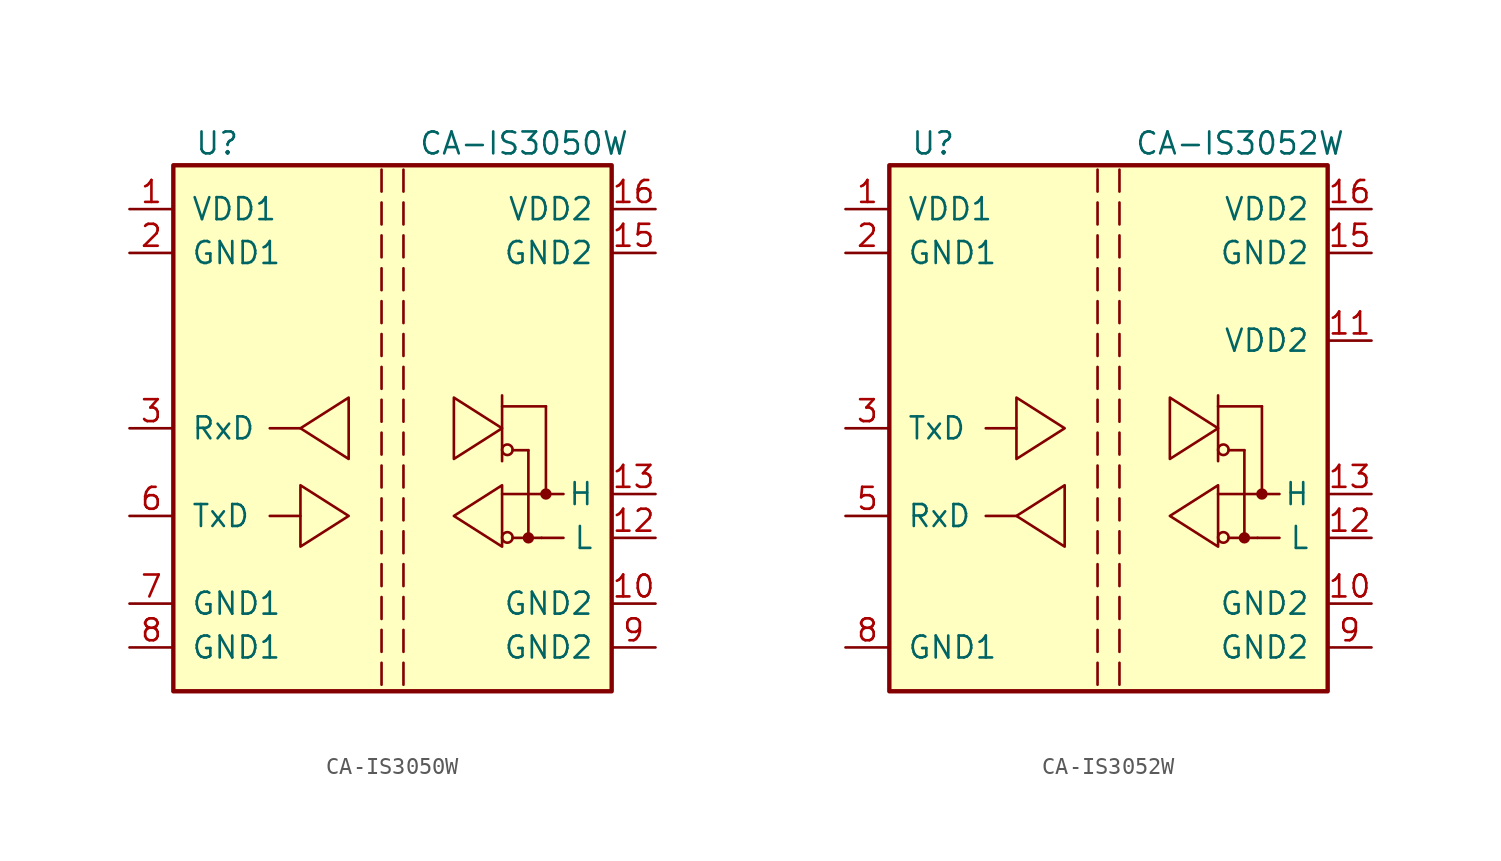
<source format=kicad_sym>
(kicad_symbol_lib
  (version 20231120)
  (generator "kicad_symbol_editor")
  (generator_version "8.0")
  (symbol "CA-IS3050W"
    (pin_names
      (offset 1.016))
    (property "Reference" "U"
      (at -10.16 16.51 0)
      (effects (font (size 1.27 1.27))))
    (property "Value" "CA-IS3050W"
      (at 7.62 16.51 0)
      (effects (font (size 1.27 1.27))))
    (symbol "CA-IS3050W_0_0"
      (polyline (pts (xy -0.635 -13.589) (xy -0.635 -14.859)) (stroke (width 0) (type default)) (fill (type none)))
      (polyline (pts (xy -0.635 -11.684) (xy -0.635 -12.954)) (stroke (width 0) (type default)) (fill (type none)))
      (polyline (pts (xy -0.635 -9.779) (xy -0.635 -11.049)) (stroke (width 0) (type default)) (fill (type none)))
      (polyline (pts (xy -0.635 -7.874) (xy -0.635 -9.144)) (stroke (width 0) (type default)) (fill (type none)))
      (polyline (pts (xy -0.635 -5.969) (xy -0.635 -7.239)) (stroke (width 0) (type default)) (fill (type none)))
      (polyline (pts (xy -0.635 -4.064) (xy -0.635 -5.334)) (stroke (width 0) (type default)) (fill (type none)))
      (polyline (pts (xy -0.635 -2.159) (xy -0.635 -3.429)) (stroke (width 0) (type default)) (fill (type none)))
      (polyline (pts (xy -0.635 -0.254) (xy -0.635 -1.524)) (stroke (width 0) (type default)) (fill (type none)))
      (polyline (pts (xy -0.635 1.651) (xy -0.635 0.381)) (stroke (width 0) (type default)) (fill (type none)))
      (polyline (pts (xy -0.635 3.556) (xy -0.635 2.286)) (stroke (width 0) (type default)) (fill (type none)))
      (polyline (pts (xy -0.635 5.461) (xy -0.635 4.191)) (stroke (width 0) (type default)) (fill (type none)))
      (polyline (pts (xy -0.635 7.366) (xy -0.635 6.096)) (stroke (width 0) (type default)) (fill (type none)))
      (polyline (pts (xy -0.635 9.271) (xy -0.635 8.001)) (stroke (width 0) (type default)) (fill (type none)))
      (polyline (pts (xy -0.635 11.176) (xy -0.635 9.906)) (stroke (width 0) (type default)) (fill (type none)))
      (polyline (pts (xy -0.635 13.081) (xy -0.635 11.811)) (stroke (width 0) (type default)) (fill (type none)))
      (polyline (pts (xy -0.635 14.986) (xy -0.635 13.716)) (stroke (width 0) (type default)) (fill (type none)))
      (polyline (pts (xy 0.635 -13.589) (xy 0.635 -14.859)) (stroke (width 0) (type default)) (fill (type none)))
      (polyline (pts (xy 0.635 -11.684) (xy 0.635 -12.954)) (stroke (width 0) (type default)) (fill (type none)))
      (polyline (pts (xy 0.635 -9.779) (xy 0.635 -11.049)) (stroke (width 0) (type default)) (fill (type none)))
      (polyline (pts (xy 0.635 -7.874) (xy 0.635 -9.144)) (stroke (width 0) (type default)) (fill (type none)))
      (polyline (pts (xy 0.635 -5.969) (xy 0.635 -7.239)) (stroke (width 0) (type default)) (fill (type none)))
      (polyline (pts (xy 0.635 -4.064) (xy 0.635 -5.334)) (stroke (width 0) (type default)) (fill (type none)))
      (polyline (pts (xy 0.635 -2.159) (xy 0.635 -3.429)) (stroke (width 0) (type default)) (fill (type none)))
      (polyline (pts (xy 0.635 -0.254) (xy 0.635 -1.524)) (stroke (width 0) (type default)) (fill (type none)))
      (polyline (pts (xy 0.635 1.651) (xy 0.635 0.381)) (stroke (width 0) (type default)) (fill (type none)))
      (polyline (pts (xy 0.635 3.556) (xy 0.635 2.286)) (stroke (width 0) (type default)) (fill (type none)))
      (polyline (pts (xy 0.635 5.461) (xy 0.635 4.191)) (stroke (width 0) (type default)) (fill (type none)))
      (polyline (pts (xy 0.635 7.366) (xy 0.635 6.096)) (stroke (width 0) (type default)) (fill (type none)))
      (polyline (pts (xy 0.635 9.271) (xy 0.635 8.001)) (stroke (width 0) (type default)) (fill (type none)))
      (polyline (pts (xy 0.635 11.176) (xy 0.635 9.906)) (stroke (width 0) (type default)) (fill (type none)))
      (polyline (pts (xy 0.635 13.081) (xy 0.635 11.811)) (stroke (width 0) (type default)) (fill (type none)))
      (polyline (pts (xy 0.635 14.986) (xy 0.635 13.716)) (stroke (width 0) (type default)) (fill (type none))))
    (symbol "CA-IS3050W_0_1"
      (rectangle (start -12.7 15.24) (end 12.7 -15.24) (stroke (width 0.254) (type default)) (fill (type background)))
      (polyline (pts (xy -5.334 -5.08) (xy -7.112 -5.08)) (stroke (width 0) (type default)) (fill (type none)))
      (polyline (pts (xy -5.334 0) (xy -7.112 0)) (stroke (width 0) (type default)) (fill (type none)))
      (polyline (pts (xy 6.35 -3.81) (xy 8.636 -3.81)) (stroke (width 0) (type default)) (fill (type none)))
      (polyline (pts (xy 6.35 1.27) (xy 8.89 1.27)) (stroke (width 0) (type default)) (fill (type none)))
      (polyline (pts (xy 6.35 1.905) (xy 6.35 -1.905)) (stroke (width 0) (type default)) (fill (type none)))
      (polyline (pts (xy 6.96 -6.35) (xy 8.636 -6.35)) (stroke (width 0) (type default)) (fill (type none)))
      (polyline (pts (xy 6.96 -1.27) (xy 7.874 -1.27)) (stroke (width 0) (type default)) (fill (type none)))
      (polyline (pts (xy 7.874 -1.27) (xy 7.874 -6.35)) (stroke (width 0) (type default)) (fill (type none)))
      (polyline (pts (xy 8.636 -6.35) (xy 9.906 -6.35)) (stroke (width 0) (type default)) (fill (type none)))
      (polyline (pts (xy 8.636 -3.81) (xy 9.906 -3.81)) (stroke (width 0) (type default)) (fill (type none)))
      (polyline (pts (xy 8.89 1.27) (xy 8.89 -3.81)) (stroke (width 0) (type default)) (fill (type none)))
      (polyline (pts (xy -5.334 0) (xy -2.54 -1.778) (xy -2.54 1.778) (xy -5.334 0)) (stroke (width 0) (type default)) (fill (type none)))
      (polyline (pts (xy -2.54 -5.08) (xy -5.334 -6.858) (xy -5.334 -3.302) (xy -2.54 -5.08)) (stroke (width 0) (type default)) (fill (type none)))
      (polyline (pts (xy 3.556 -5.08) (xy 6.35 -3.302) (xy 6.35 -6.858) (xy 3.556 -5.08)) (stroke (width 0) (type default)) (fill (type none)))
      (polyline (pts (xy 6.35 0) (xy 3.556 1.778) (xy 3.556 -1.778) (xy 6.35 0)) (stroke (width 0) (type default)) (fill (type none)))
      (circle (center 6.655 -6.325) (radius 0.305) (stroke (width 0) (type default)) (fill (type none)))
      (circle (center 6.655 -1.245) (radius 0.305) (stroke (width 0) (type default)) (fill (type none)))
      (circle (center 8.89 -3.81) (radius 0.178) (stroke (width 0.305) (type default)) (fill (type none))))
    (symbol "CA-IS3050W_1_1"
      (circle (center 7.874 -6.35) (radius 0.178) (stroke (width 0.305) (type default)) (fill (type none)))
      (pin power_in line (at -15.24 12.7 0) (length 2.54) (name "VDD1" (effects (font (size 1.27 1.27)))) (number "1" (effects (font (size 1.27 1.27)))))
      (pin power_in line (at 15.24 -10.16 180) (length 2.54) (name "GND2" (effects (font (size 1.27 1.27)))) (number "10" (effects (font (size 1.27 1.27)))))
      (pin no_connect line (at 15.24 5.08 180) (length 2.54) hide (name "NC" (effects (font (size 1.27 1.27)))) (number "11" (effects (font (size 1.27 1.27)))))
      (pin bidirectional line (at 15.24 -6.35 180) (length 2.54) (name "L" (effects (font (size 1.27 1.27)))) (number "12" (effects (font (size 1.27 1.27)))))
      (pin bidirectional line (at 15.24 -3.81 180) (length 2.54) (name "H" (effects (font (size 1.27 1.27)))) (number "13" (effects (font (size 1.27 1.27)))))
      (pin no_connect line (at 15.24 0 180) (length 2.54) hide (name "NC" (effects (font (size 1.27 1.27)))) (number "14" (effects (font (size 1.27 1.27)))))
      (pin power_in line (at 15.24 10.16 180) (length 2.54) (name "GND2" (effects (font (size 1.27 1.27)))) (number "15" (effects (font (size 1.27 1.27)))))
      (pin power_in line (at 15.24 12.7 180) (length 2.54) (name "VDD2" (effects (font (size 1.27 1.27)))) (number "16" (effects (font (size 1.27 1.27)))))
      (pin power_in line (at -15.24 10.16 0) (length 2.54) (name "GND1" (effects (font (size 1.27 1.27)))) (number "2" (effects (font (size 1.27 1.27)))))
      (pin input line (at -15.24 0 0) (length 2.54) (name "RxD" (effects (font (size 1.27 1.27)))) (number "3" (effects (font (size 1.27 1.27)))))
      (pin no_connect line (at -15.24 -7.62 0) (length 2.54) hide (name "NC" (effects (font (size 1.27 1.27)))) (number "4" (effects (font (size 1.27 1.27)))))
      (pin no_connect line (at -15.24 -2.54 0) (length 2.54) hide (name "NC" (effects (font (size 1.27 1.27)))) (number "5" (effects (font (size 1.27 1.27)))))
      (pin output line (at -15.24 -5.08 0) (length 2.54) (name "TxD" (effects (font (size 1.27 1.27)))) (number "6" (effects (font (size 1.27 1.27)))))
      (pin power_in line (at -15.24 -10.16 0) (length 2.54) (name "GND1" (effects (font (size 1.27 1.27)))) (number "7" (effects (font (size 1.27 1.27)))))
      (pin power_in line (at -15.24 -12.7 0) (length 2.54) (name "GND1" (effects (font (size 1.27 1.27)))) (number "8" (effects (font (size 1.27 1.27)))))
      (pin power_in line (at 15.24 -12.7 180) (length 2.54) (name "GND2" (effects (font (size 1.27 1.27)))) (number "9" (effects (font (size 1.27 1.27)))))))
  (symbol "CA-IS3052W"
    (pin_names
      (offset 1.016))
    (property "Reference" "U"
      (at -10.16 16.51 0)
      (effects (font (size 1.27 1.27))))
    (property "Value" "CA-IS3052W"
      (at 7.62 16.51 0)
      (effects (font (size 1.27 1.27))))
    (symbol "CA-IS3052W_0_0"
      (polyline (pts (xy -0.635 -13.589) (xy -0.635 -14.859)) (stroke (width 0) (type default)) (fill (type none)))
      (polyline (pts (xy -0.635 -11.684) (xy -0.635 -12.954)) (stroke (width 0) (type default)) (fill (type none)))
      (polyline (pts (xy -0.635 -9.779) (xy -0.635 -11.049)) (stroke (width 0) (type default)) (fill (type none)))
      (polyline (pts (xy -0.635 -7.874) (xy -0.635 -9.144)) (stroke (width 0) (type default)) (fill (type none)))
      (polyline (pts (xy -0.635 -5.969) (xy -0.635 -7.239)) (stroke (width 0) (type default)) (fill (type none)))
      (polyline (pts (xy -0.635 -4.064) (xy -0.635 -5.334)) (stroke (width 0) (type default)) (fill (type none)))
      (polyline (pts (xy -0.635 -2.159) (xy -0.635 -3.429)) (stroke (width 0) (type default)) (fill (type none)))
      (polyline (pts (xy -0.635 -0.254) (xy -0.635 -1.524)) (stroke (width 0) (type default)) (fill (type none)))
      (polyline (pts (xy -0.635 1.651) (xy -0.635 0.381)) (stroke (width 0) (type default)) (fill (type none)))
      (polyline (pts (xy -0.635 3.556) (xy -0.635 2.286)) (stroke (width 0) (type default)) (fill (type none)))
      (polyline (pts (xy -0.635 5.461) (xy -0.635 4.191)) (stroke (width 0) (type default)) (fill (type none)))
      (polyline (pts (xy -0.635 7.366) (xy -0.635 6.096)) (stroke (width 0) (type default)) (fill (type none)))
      (polyline (pts (xy -0.635 9.271) (xy -0.635 8.001)) (stroke (width 0) (type default)) (fill (type none)))
      (polyline (pts (xy -0.635 11.176) (xy -0.635 9.906)) (stroke (width 0) (type default)) (fill (type none)))
      (polyline (pts (xy -0.635 13.081) (xy -0.635 11.811)) (stroke (width 0) (type default)) (fill (type none)))
      (polyline (pts (xy -0.635 14.986) (xy -0.635 13.716)) (stroke (width 0) (type default)) (fill (type none)))
      (polyline (pts (xy 0.635 -13.589) (xy 0.635 -14.859)) (stroke (width 0) (type default)) (fill (type none)))
      (polyline (pts (xy 0.635 -11.684) (xy 0.635 -12.954)) (stroke (width 0) (type default)) (fill (type none)))
      (polyline (pts (xy 0.635 -9.779) (xy 0.635 -11.049)) (stroke (width 0) (type default)) (fill (type none)))
      (polyline (pts (xy 0.635 -7.874) (xy 0.635 -9.144)) (stroke (width 0) (type default)) (fill (type none)))
      (polyline (pts (xy 0.635 -5.969) (xy 0.635 -7.239)) (stroke (width 0) (type default)) (fill (type none)))
      (polyline (pts (xy 0.635 -4.064) (xy 0.635 -5.334)) (stroke (width 0) (type default)) (fill (type none)))
      (polyline (pts (xy 0.635 -2.159) (xy 0.635 -3.429)) (stroke (width 0) (type default)) (fill (type none)))
      (polyline (pts (xy 0.635 -0.254) (xy 0.635 -1.524)) (stroke (width 0) (type default)) (fill (type none)))
      (polyline (pts (xy 0.635 1.651) (xy 0.635 0.381)) (stroke (width 0) (type default)) (fill (type none)))
      (polyline (pts (xy 0.635 3.556) (xy 0.635 2.286)) (stroke (width 0) (type default)) (fill (type none)))
      (polyline (pts (xy 0.635 5.461) (xy 0.635 4.191)) (stroke (width 0) (type default)) (fill (type none)))
      (polyline (pts (xy 0.635 7.366) (xy 0.635 6.096)) (stroke (width 0) (type default)) (fill (type none)))
      (polyline (pts (xy 0.635 9.271) (xy 0.635 8.001)) (stroke (width 0) (type default)) (fill (type none)))
      (polyline (pts (xy 0.635 11.176) (xy 0.635 9.906)) (stroke (width 0) (type default)) (fill (type none)))
      (polyline (pts (xy 0.635 13.081) (xy 0.635 11.811)) (stroke (width 0) (type default)) (fill (type none)))
      (polyline (pts (xy 0.635 14.986) (xy 0.635 13.716)) (stroke (width 0) (type default)) (fill (type none))))
    (symbol "CA-IS3052W_0_1"
      (rectangle (start -12.7 15.24) (end 12.7 -15.24) (stroke (width 0.254) (type default)) (fill (type background)))
      (polyline (pts (xy -5.334 -5.08) (xy -7.112 -5.08)) (stroke (width 0) (type default)) (fill (type none)))
      (polyline (pts (xy -5.334 0) (xy -7.112 0)) (stroke (width 0) (type default)) (fill (type none)))
      (polyline (pts (xy 6.35 -3.81) (xy 8.636 -3.81)) (stroke (width 0) (type default)) (fill (type none)))
      (polyline (pts (xy 6.35 1.27) (xy 8.89 1.27)) (stroke (width 0) (type default)) (fill (type none)))
      (polyline (pts (xy 6.35 1.905) (xy 6.35 -1.905)) (stroke (width 0) (type default)) (fill (type none)))
      (polyline (pts (xy 6.96 -6.35) (xy 8.636 -6.35)) (stroke (width 0) (type default)) (fill (type none)))
      (polyline (pts (xy 6.96 -1.27) (xy 7.874 -1.27)) (stroke (width 0) (type default)) (fill (type none)))
      (polyline (pts (xy 7.874 -1.27) (xy 7.874 -6.35)) (stroke (width 0) (type default)) (fill (type none)))
      (polyline (pts (xy 8.636 -6.35) (xy 9.906 -6.35)) (stroke (width 0) (type default)) (fill (type none)))
      (polyline (pts (xy 8.636 -3.81) (xy 9.906 -3.81)) (stroke (width 0) (type default)) (fill (type none)))
      (polyline (pts (xy 8.89 1.27) (xy 8.89 -3.81)) (stroke (width 0) (type default)) (fill (type none)))
      (polyline (pts (xy -5.334 -5.08) (xy -2.54 -3.302) (xy -2.54 -6.858) (xy -5.334 -5.08)) (stroke (width 0) (type default)) (fill (type none)))
      (polyline (pts (xy -2.54 0) (xy -5.334 1.778) (xy -5.334 -1.778) (xy -2.54 0)) (stroke (width 0) (type default)) (fill (type none)))
      (polyline (pts (xy 3.556 -5.08) (xy 6.35 -3.302) (xy 6.35 -6.858) (xy 3.556 -5.08)) (stroke (width 0) (type default)) (fill (type none)))
      (polyline (pts (xy 6.35 0) (xy 3.556 1.778) (xy 3.556 -1.778) (xy 6.35 0)) (stroke (width 0) (type default)) (fill (type none)))
      (circle (center 6.655 -6.325) (radius 0.305) (stroke (width 0) (type default)) (fill (type none)))
      (circle (center 6.655 -1.245) (radius 0.305) (stroke (width 0) (type default)) (fill (type none)))
      (circle (center 8.89 -3.81) (radius 0.178) (stroke (width 0.305) (type default)) (fill (type none))))
    (symbol "CA-IS3052W_1_1"
      (circle (center 7.874 -6.35) (radius 0.178) (stroke (width 0.305) (type default)) (fill (type none)))
      (pin power_in line (at -15.24 12.7 0) (length 2.54) (name "VDD1" (effects (font (size 1.27 1.27)))) (number "1" (effects (font (size 1.27 1.27)))))
      (pin power_in line (at 15.24 -10.16 180) (length 2.54) (name "GND2" (effects (font (size 1.27 1.27)))) (number "10" (effects (font (size 1.27 1.27)))))
      (pin power_in line (at 15.24 5.08 180) (length 2.54) (name "VDD2" (effects (font (size 1.27 1.27)))) (number "11" (effects (font (size 1.27 1.27)))))
      (pin bidirectional line (at 15.24 -6.35 180) (length 2.54) (name "L" (effects (font (size 1.27 1.27)))) (number "12" (effects (font (size 1.27 1.27)))))
      (pin bidirectional line (at 15.24 -3.81 180) (length 2.54) (name "H" (effects (font (size 1.27 1.27)))) (number "13" (effects (font (size 1.27 1.27)))))
      (pin no_connect line (at 15.24 0 180) (length 2.54) hide (name "NC" (effects (font (size 1.27 1.27)))) (number "14" (effects (font (size 1.27 1.27)))))
      (pin power_in line (at 15.24 10.16 180) (length 2.54) (name "GND2" (effects (font (size 1.27 1.27)))) (number "15" (effects (font (size 1.27 1.27)))))
      (pin power_in line (at 15.24 12.7 180) (length 2.54) (name "VDD2" (effects (font (size 1.27 1.27)))) (number "16" (effects (font (size 1.27 1.27)))))
      (pin power_in line (at -15.24 10.16 0) (length 2.54) (name "GND1" (effects (font (size 1.27 1.27)))) (number "2" (effects (font (size 1.27 1.27)))))
      (pin input line (at -15.24 0 0) (length 2.54) (name "TxD" (effects (font (size 1.27 1.27)))) (number "3" (effects (font (size 1.27 1.27)))))
      (pin no_connect line (at -15.24 -7.62 0) (length 2.54) hide (name "NC" (effects (font (size 1.27 1.27)))) (number "4" (effects (font (size 1.27 1.27)))))
      (pin output line (at -15.24 -5.08 0) (length 2.54) (name "RxD" (effects (font (size 1.27 1.27)))) (number "5" (effects (font (size 1.27 1.27)))))
      (pin no_connect line (at -15.24 5.08 0) (length 2.54) hide (name "NC" (effects (font (size 1.27 1.27)))) (number "6" (effects (font (size 1.27 1.27)))))
      (pin no_connect line (at -15.24 -10.16 0) (length 2.54) hide (name "NC" (effects (font (size 1.27 1.27)))) (number "7" (effects (font (size 1.27 1.27)))))
      (pin power_in line (at -15.24 -12.7 0) (length 2.54) (name "GND1" (effects (font (size 1.27 1.27)))) (number "8" (effects (font (size 1.27 1.27)))))
      (pin power_in line (at 15.24 -12.7 180) (length 2.54) (name "GND2" (effects (font (size 1.27 1.27)))) (number "9" (effects (font (size 1.27 1.27))))))))
</source>
